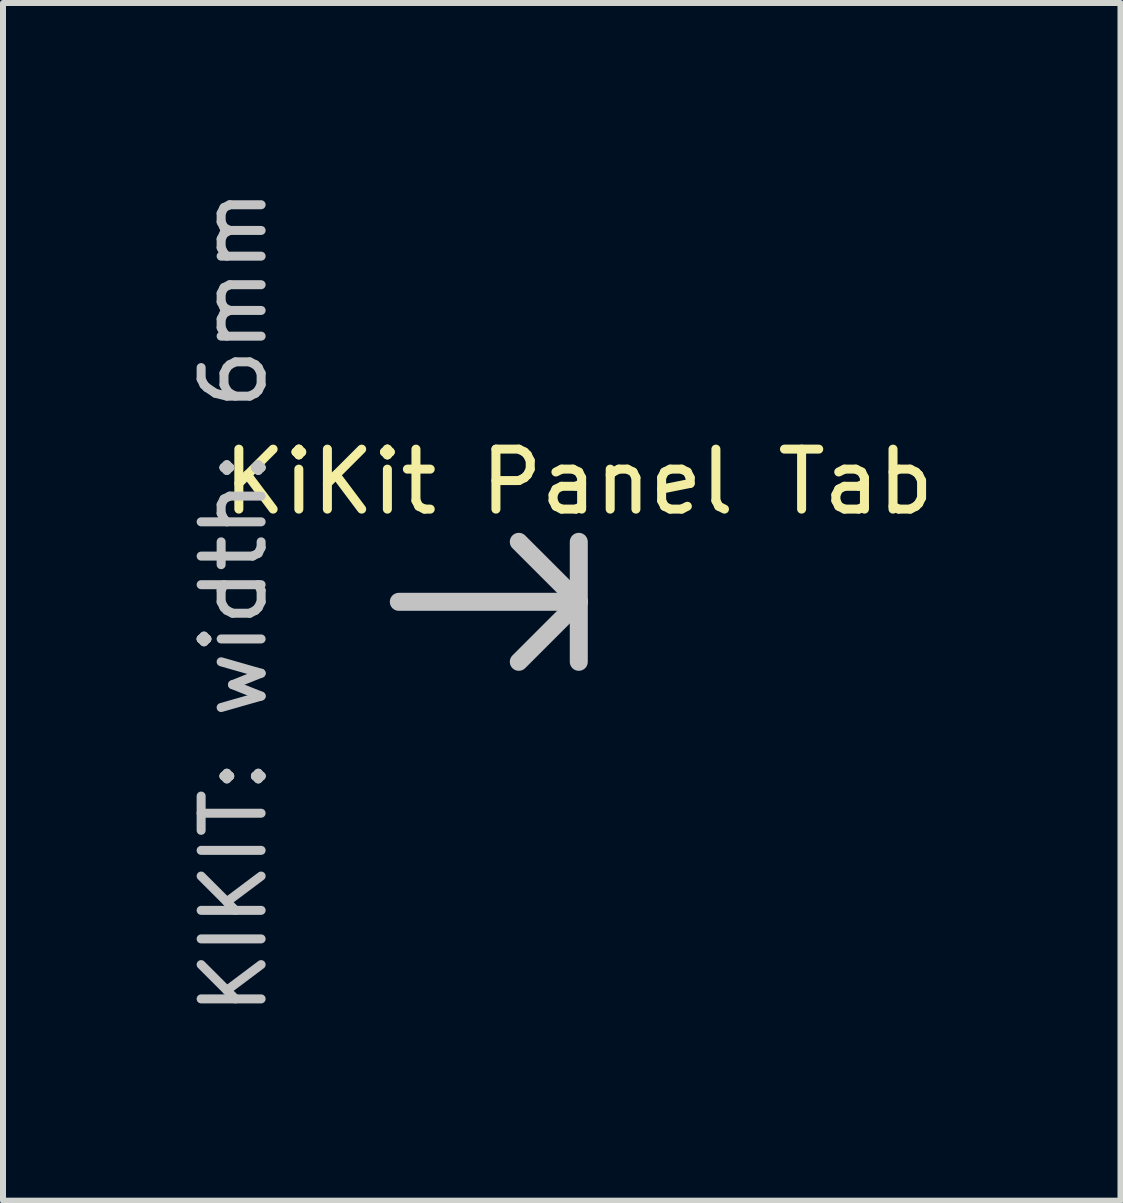
<source format=kicad_pcb>
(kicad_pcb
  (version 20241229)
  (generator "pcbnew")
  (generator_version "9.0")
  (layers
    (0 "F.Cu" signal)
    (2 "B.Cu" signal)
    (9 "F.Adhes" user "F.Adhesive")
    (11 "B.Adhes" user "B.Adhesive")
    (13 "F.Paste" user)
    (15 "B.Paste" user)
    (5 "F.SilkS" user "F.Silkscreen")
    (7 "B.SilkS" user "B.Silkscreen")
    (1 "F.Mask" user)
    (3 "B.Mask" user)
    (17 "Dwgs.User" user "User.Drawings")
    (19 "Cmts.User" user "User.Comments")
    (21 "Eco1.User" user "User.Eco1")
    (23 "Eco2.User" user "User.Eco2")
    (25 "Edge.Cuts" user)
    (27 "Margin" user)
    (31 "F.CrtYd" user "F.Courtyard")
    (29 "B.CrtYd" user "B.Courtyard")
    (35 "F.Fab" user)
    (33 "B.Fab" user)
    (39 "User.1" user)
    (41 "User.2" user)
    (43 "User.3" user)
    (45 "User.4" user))
  (footprint "KiKit Panel Tab"
    (layer "F.Cu")
    (at 6.598 6.982)
    (property "Reference" "KiKit Panel Tab" (at 0 -2 180) (layer "F.SilkS") (effects (font (size 1 1) (thickness 0.15))))
    (attr exclude_from_pos_files exclude_from_bom)
    (fp_line (start 0 0) (end -3 0) (stroke (width 0.3) (type solid)) (layer "Dwgs.User"))
    (fp_line (start 0 0) (end -1 -1) (stroke (width 0.3) (type solid)) (layer "Dwgs.User"))
    (fp_line (start 0 0) (end -1 1) (stroke (width 0.3) (type solid)) (layer "Dwgs.User"))
    (fp_line (start 0 1) (end 0 -1) (stroke (width 0.3) (type solid)) (layer "Dwgs.User"))
    (fp_text user "KIKIT: width: 6mm" (at -5.75 0 90) (layer "Dwgs.User") (effects (font (size 1 1) (thickness 0.15)))))
  (gr_rect
    (start -3 -3)
    (end 15.628 16.964)
    (stroke (width 0.1) (type default))
    (fill no)
    (layer "Edge.Cuts")))
</source>
